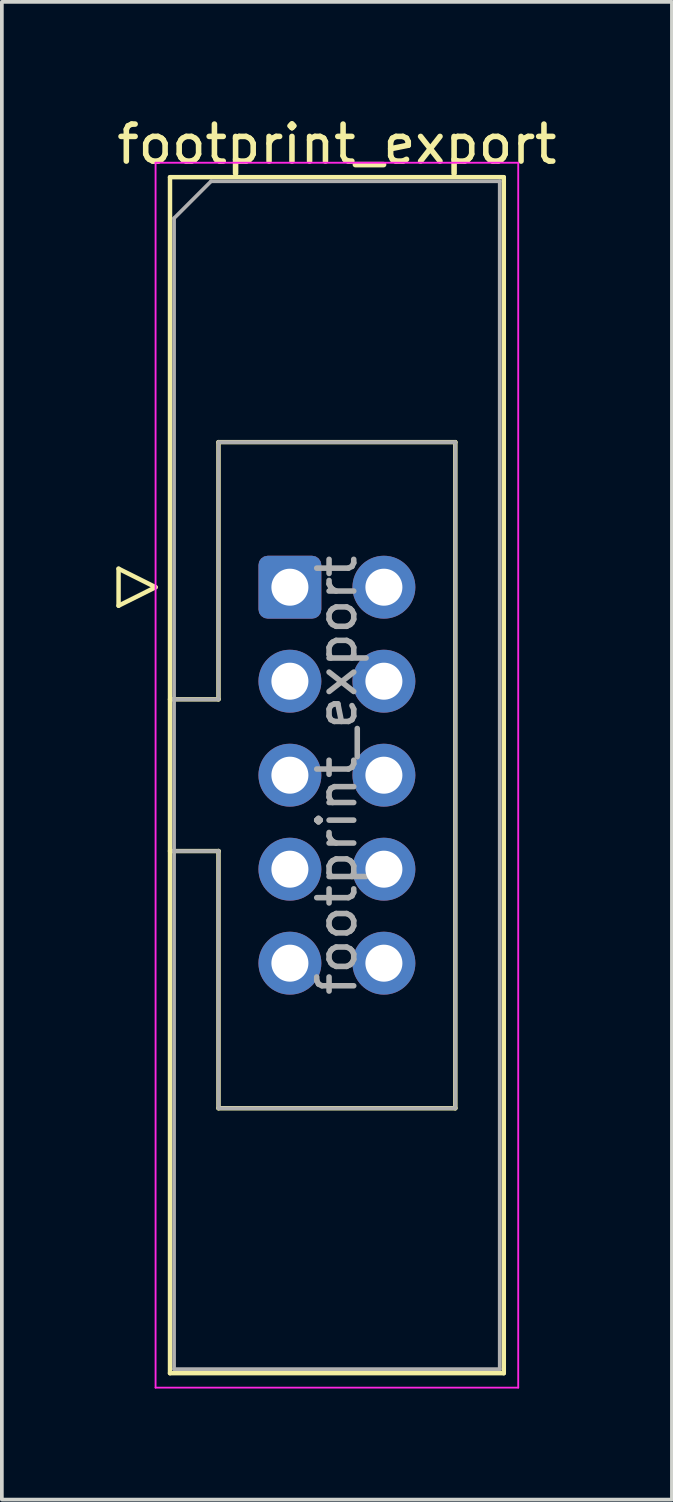
<source format=kicad_pcb>
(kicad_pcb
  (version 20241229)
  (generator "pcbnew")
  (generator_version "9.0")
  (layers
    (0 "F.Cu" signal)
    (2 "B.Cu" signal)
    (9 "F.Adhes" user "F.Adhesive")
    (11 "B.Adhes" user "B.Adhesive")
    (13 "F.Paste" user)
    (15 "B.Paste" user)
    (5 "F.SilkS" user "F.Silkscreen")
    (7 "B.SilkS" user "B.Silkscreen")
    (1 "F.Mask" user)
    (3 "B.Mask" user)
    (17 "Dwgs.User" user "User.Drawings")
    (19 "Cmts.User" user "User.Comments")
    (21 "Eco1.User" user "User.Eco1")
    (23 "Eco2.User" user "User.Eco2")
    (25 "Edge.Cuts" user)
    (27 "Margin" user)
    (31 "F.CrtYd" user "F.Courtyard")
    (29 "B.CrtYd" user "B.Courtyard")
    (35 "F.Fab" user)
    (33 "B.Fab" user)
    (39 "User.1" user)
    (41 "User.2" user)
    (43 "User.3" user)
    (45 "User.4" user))
  (footprint "footprint_export"
    (layer "F.Cu")
    (at 4.784 12.818)
    (property "Reference" "footprint_export" (at 1.27 -11.97 0) (layer "F.SilkS") (effects (font (size 1 1) (thickness 0.15))))
    (attr through_hole)
    (fp_line (start -4.63 -0.5) (end -4.63 0.5) (stroke (width 0.12) (type solid)) (layer "F.SilkS"))
    (fp_line (start -4.63 0.5) (end -3.63 0) (stroke (width 0.12) (type solid)) (layer "F.SilkS"))
    (fp_line (start -3.63 0) (end -4.63 -0.5) (stroke (width 0.12) (type solid)) (layer "F.SilkS"))
    (fp_line (start -3.24 -11.08) (end 5.78 -11.08) (stroke (width 0.12) (type solid)) (layer "F.SilkS"))
    (fp_line (start -3.24 3.03) (end -1.93 3.03) (stroke (width 0.12) (type solid)) (layer "F.SilkS"))
    (fp_line (start -3.24 21.24) (end -3.24 -11.08) (stroke (width 0.12) (type solid)) (layer "F.SilkS"))
    (fp_line (start -1.93 -3.92) (end 4.47 -3.92) (stroke (width 0.12) (type solid)) (layer "F.SilkS"))
    (fp_line (start -1.93 3.03) (end -1.93 -3.92) (stroke (width 0.12) (type solid)) (layer "F.SilkS"))
    (fp_line (start -1.93 7.13) (end -3.24 7.13) (stroke (width 0.12) (type solid)) (layer "F.SilkS"))
    (fp_line (start -1.93 7.13) (end -1.93 7.13) (stroke (width 0.12) (type solid)) (layer "F.SilkS"))
    (fp_line (start -1.93 14.08) (end -1.93 7.13) (stroke (width 0.12) (type solid)) (layer "F.SilkS"))
    (fp_line (start 4.47 -3.92) (end 4.47 14.08) (stroke (width 0.12) (type solid)) (layer "F.SilkS"))
    (fp_line (start 4.47 14.08) (end -1.93 14.08) (stroke (width 0.12) (type solid)) (layer "F.SilkS"))
    (fp_line (start 5.78 -11.08) (end 5.78 21.24) (stroke (width 0.12) (type solid)) (layer "F.SilkS"))
    (fp_line (start 5.78 21.24) (end -3.24 21.24) (stroke (width 0.12) (type solid)) (layer "F.SilkS"))
    (fp_line (start -3.63 -11.47) (end -3.63 21.63) (stroke (width 0.05) (type solid)) (layer "F.CrtYd"))
    (fp_line (start -3.63 21.63) (end 6.17 21.63) (stroke (width 0.05) (type solid)) (layer "F.CrtYd"))
    (fp_line (start 6.17 -11.47) (end -3.63 -11.47) (stroke (width 0.05) (type solid)) (layer "F.CrtYd"))
    (fp_line (start 6.17 21.63) (end 6.17 -11.47) (stroke (width 0.05) (type solid)) (layer "F.CrtYd"))
    (fp_line (start -3.13 -9.97) (end -2.13 -10.97) (stroke (width 0.1) (type solid)) (layer "F.Fab"))
    (fp_line (start -3.13 3.03) (end -1.93 3.03) (stroke (width 0.1) (type solid)) (layer "F.Fab"))
    (fp_line (start -3.13 21.13) (end -3.13 -9.97) (stroke (width 0.1) (type solid)) (layer "F.Fab"))
    (fp_line (start -2.13 -10.97) (end 5.67 -10.97) (stroke (width 0.1) (type solid)) (layer "F.Fab"))
    (fp_line (start -1.93 -3.92) (end 4.47 -3.92) (stroke (width 0.1) (type solid)) (layer "F.Fab"))
    (fp_line (start -1.93 3.03) (end -1.93 -3.92) (stroke (width 0.1) (type solid)) (layer "F.Fab"))
    (fp_line (start -1.93 7.13) (end -3.13 7.13) (stroke (width 0.1) (type solid)) (layer "F.Fab"))
    (fp_line (start -1.93 7.13) (end -1.93 7.13) (stroke (width 0.1) (type solid)) (layer "F.Fab"))
    (fp_line (start -1.93 14.08) (end -1.93 7.13) (stroke (width 0.1) (type solid)) (layer "F.Fab"))
    (fp_line (start 4.47 -3.92) (end 4.47 14.08) (stroke (width 0.1) (type solid)) (layer "F.Fab"))
    (fp_line (start 4.47 14.08) (end -1.93 14.08) (stroke (width 0.1) (type solid)) (layer "F.Fab"))
    (fp_line (start 5.67 -10.97) (end 5.67 21.13) (stroke (width 0.1) (type solid)) (layer "F.Fab"))
    (fp_line (start 5.67 21.13) (end -3.13 21.13) (stroke (width 0.1) (type solid)) (layer "F.Fab"))
    (fp_text user "${REFERENCE}" (at 1.27 5.08 90) (layer "F.Fab") (effects (font (size 1 1) (thickness 0.15))))
    (pad "1" thru_hole roundrect (at 0 0) (size 1.7 1.7) (drill 1) (layers "*.Cu" "*.Mask") (roundrect_rratio 0.147))
    (pad "2" thru_hole circle (at 2.54 0) (size 1.7 1.7) (drill 1) (layers "*.Cu" "*.Mask"))
    (pad "3" thru_hole circle (at 0 2.54) (size 1.7 1.7) (drill 1) (layers "*.Cu" "*.Mask"))
    (pad "4" thru_hole circle (at 2.54 2.54) (size 1.7 1.7) (drill 1) (layers "*.Cu" "*.Mask"))
    (pad "5" thru_hole circle (at 0 5.08) (size 1.7 1.7) (drill 1) (layers "*.Cu" "*.Mask"))
    (pad "6" thru_hole circle (at 2.54 5.08) (size 1.7 1.7) (drill 1) (layers "*.Cu" "*.Mask"))
    (pad "7" thru_hole circle (at 0 7.62) (size 1.7 1.7) (drill 1) (layers "*.Cu" "*.Mask"))
    (pad "8" thru_hole circle (at 2.54 7.62) (size 1.7 1.7) (drill 1) (layers "*.Cu" "*.Mask"))
    (pad "9" thru_hole circle (at 0 10.16) (size 1.7 1.7) (drill 1) (layers "*.Cu" "*.Mask"))
    (pad "10" thru_hole circle (at 2.54 10.16) (size 1.7 1.7) (drill 1) (layers "*.Cu" "*.Mask")))
  (gr_rect
    (start -3 -3)
    (end 15.107 37.473)
    (stroke (width 0.1) (type default))
    (fill no)
    (layer "Edge.Cuts")))
</source>
